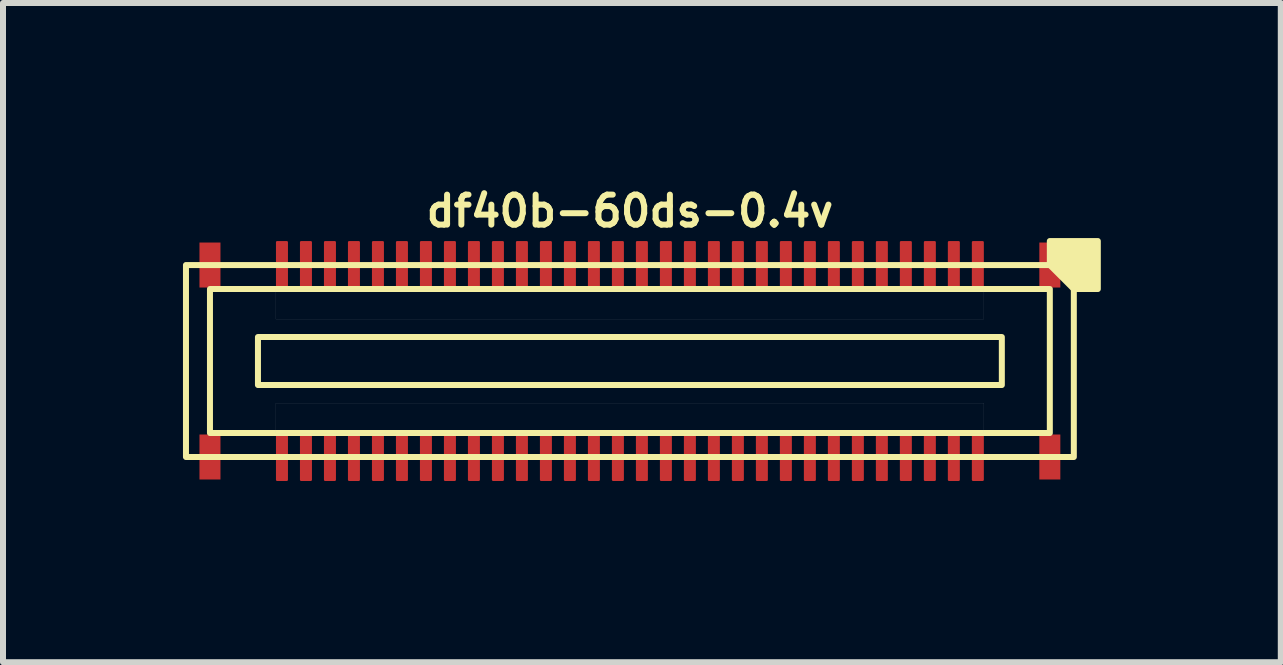
<source format=kicad_pcb>
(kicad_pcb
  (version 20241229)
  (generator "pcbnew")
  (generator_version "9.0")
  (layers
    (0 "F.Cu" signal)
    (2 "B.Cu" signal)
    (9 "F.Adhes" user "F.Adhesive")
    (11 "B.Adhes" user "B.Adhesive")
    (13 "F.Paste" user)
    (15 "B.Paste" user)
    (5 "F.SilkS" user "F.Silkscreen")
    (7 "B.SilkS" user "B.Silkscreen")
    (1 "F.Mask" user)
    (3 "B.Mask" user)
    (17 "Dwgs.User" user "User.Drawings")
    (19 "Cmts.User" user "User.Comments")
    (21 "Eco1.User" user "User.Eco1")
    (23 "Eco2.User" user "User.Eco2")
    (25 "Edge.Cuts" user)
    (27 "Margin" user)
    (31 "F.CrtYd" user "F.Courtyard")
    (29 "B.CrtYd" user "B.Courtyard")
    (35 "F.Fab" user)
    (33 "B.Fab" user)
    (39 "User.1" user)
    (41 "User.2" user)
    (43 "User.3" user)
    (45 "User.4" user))
  (footprint "df40b-60ds-0.4v"
    (layer "F.Cu")
    (at 7.45 2.968)
    (property "Reference" "df40b-60ds-0.4v" (at 0 -2.5 180) (layer "F.SilkS") (effects (font (size 0.5 0.5) (thickness 0.1))))
    (attr smd)
    (fp_rect (start -7.175 -1.975) (end -6.825 -1.225) (stroke (width 0) (type solid)) (fill yes) (layer "F.Cu"))
    (fp_rect (start -7.175 1.225) (end -6.825 1.975) (stroke (width 0) (type solid)) (fill yes) (layer "F.Cu"))
    (fp_rect (start 6.825 -1.975) (end 7.175 -1.225) (stroke (width 0) (type solid)) (fill yes) (layer "F.Cu"))
    (fp_rect (start 6.825 1.225) (end 7.175 1.975) (stroke (width 0) (type solid)) (fill yes) (layer "F.Cu"))
    (fp_rect (start -7.205 -2.005) (end -6.795 -1.195) (stroke (width 0.03) (type solid)) (fill yes) (layer "F.Mask"))
    (fp_rect (start -7.205 1.195) (end -6.795 2.005) (stroke (width 0.03) (type solid)) (fill yes) (layer "F.Mask"))
    (fp_rect (start 6.795 -2.005) (end 7.205 -1.195) (stroke (width 0.03) (type solid)) (fill yes) (layer "F.Mask"))
    (fp_rect (start 6.795 1.195) (end 7.205 2.005) (stroke (width 0.03) (type solid)) (fill yes) (layer "F.Mask"))
    (fp_rect (start -6.2 -0.4) (end 6.2 0.4) (stroke (width 0.1) (type default)) (fill no) (layer "F.SilkS"))
    (fp_rect (start 7 -1.2) (end -7 1.2) (stroke (width 0.1) (type default)) (fill no) (layer "F.SilkS"))
    (fp_rect (start 7.4 -1.6) (end -7.4 1.6) (stroke (width 0.1) (type default)) (fill no) (layer "F.SilkS"))
    (fp_poly (pts (xy 7 -1.6) (xy 7 -2) (xy 7.8 -2) (xy 7.8 -1.2) (xy 7.4 -1.2)) (stroke (width 0.1) (type solid)) (fill yes) (layer "F.SilkS"))
    (fp_rect (start -7.175 -1.975) (end -6.825 -1.225) (stroke (width 0) (type solid)) (fill yes) (layer "F.Paste"))
    (fp_rect (start -7.175 1.225) (end -6.825 1.975) (stroke (width 0) (type solid)) (fill yes) (layer "F.Paste"))
    (fp_rect (start 6.825 -1.975) (end 7.175 -1.225) (stroke (width 0) (type solid)) (fill yes) (layer "F.Paste"))
    (fp_rect (start 6.825 1.225) (end 7.175 1.975) (stroke (width 0) (type solid)) (fill yes) (layer "F.Paste"))
    (fp_poly (pts (xy -5.9 -1.2) (xy 5.9 -1.2) (xy 5.9 -0.7) (xy -5.9 -0.7)) (stroke (width 0.001) (type solid)) (fill no) (layer "Dwgs.User"))
    (fp_poly (pts (xy -5.9 0.7) (xy 5.9 0.7) (xy 5.9 1.2) (xy -5.9 1.2)) (stroke (width 0.001) (type solid)) (fill no) (layer "Dwgs.User"))
    (pad "1" smd roundrect (at 5.8 -1.6) (size 0.2 0.8) (layers "F.Cu" "F.Mask" "F.Paste") (roundrect_rratio 0.1))
    (pad "2" smd roundrect (at 5.8 1.6) (size 0.2 0.8) (layers "F.Cu" "F.Mask" "F.Paste") (roundrect_rratio 0.1))
    (pad "3" smd roundrect (at 5.4 -1.6) (size 0.2 0.8) (layers "F.Cu" "F.Mask" "F.Paste") (roundrect_rratio 0.1))
    (pad "4" smd roundrect (at 5.4 1.6) (size 0.2 0.8) (layers "F.Cu" "F.Mask" "F.Paste") (roundrect_rratio 0.1))
    (pad "5" smd roundrect (at 5 -1.6) (size 0.2 0.8) (layers "F.Cu" "F.Mask" "F.Paste") (roundrect_rratio 0.1))
    (pad "6" smd roundrect (at 5 1.6) (size 0.2 0.8) (layers "F.Cu" "F.Mask" "F.Paste") (roundrect_rratio 0.1))
    (pad "7" smd roundrect (at 4.6 -1.6) (size 0.2 0.8) (layers "F.Cu" "F.Mask" "F.Paste") (roundrect_rratio 0.1))
    (pad "8" smd roundrect (at 4.6 1.6) (size 0.2 0.8) (layers "F.Cu" "F.Mask" "F.Paste") (roundrect_rratio 0.1))
    (pad "9" smd roundrect (at 4.2 -1.6) (size 0.2 0.8) (layers "F.Cu" "F.Mask" "F.Paste") (roundrect_rratio 0.1))
    (pad "10" smd roundrect (at 4.2 1.6) (size 0.2 0.8) (layers "F.Cu" "F.Mask" "F.Paste") (roundrect_rratio 0.1))
    (pad "11" smd roundrect (at 3.8 -1.6) (size 0.2 0.8) (layers "F.Cu" "F.Mask" "F.Paste") (roundrect_rratio 0.1))
    (pad "12" smd roundrect (at 3.8 1.6) (size 0.2 0.8) (layers "F.Cu" "F.Mask" "F.Paste") (roundrect_rratio 0.1))
    (pad "13" smd roundrect (at 3.4 -1.6) (size 0.2 0.8) (layers "F.Cu" "F.Mask" "F.Paste") (roundrect_rratio 0.1))
    (pad "14" smd roundrect (at 3.4 1.6) (size 0.2 0.8) (layers "F.Cu" "F.Mask" "F.Paste") (roundrect_rratio 0.1))
    (pad "15" smd roundrect (at 3 -1.6) (size 0.2 0.8) (layers "F.Cu" "F.Mask" "F.Paste") (roundrect_rratio 0.1))
    (pad "16" smd roundrect (at 3 1.6) (size 0.2 0.8) (layers "F.Cu" "F.Mask" "F.Paste") (roundrect_rratio 0.1))
    (pad "17" smd roundrect (at 2.6 -1.6) (size 0.2 0.8) (layers "F.Cu" "F.Mask" "F.Paste") (roundrect_rratio 0.1))
    (pad "18" smd roundrect (at 2.6 1.6) (size 0.2 0.8) (layers "F.Cu" "F.Mask" "F.Paste") (roundrect_rratio 0.1))
    (pad "19" smd roundrect (at 2.2 -1.6) (size 0.2 0.8) (layers "F.Cu" "F.Mask" "F.Paste") (roundrect_rratio 0.1))
    (pad "20" smd roundrect (at 2.2 1.6) (size 0.2 0.8) (layers "F.Cu" "F.Mask" "F.Paste") (roundrect_rratio 0.1))
    (pad "21" smd roundrect (at 1.8 -1.6) (size 0.2 0.8) (layers "F.Cu" "F.Mask" "F.Paste") (roundrect_rratio 0.1))
    (pad "22" smd roundrect (at 1.8 1.6) (size 0.2 0.8) (layers "F.Cu" "F.Mask" "F.Paste") (roundrect_rratio 0.1))
    (pad "23" smd roundrect (at 1.4 -1.6) (size 0.2 0.8) (layers "F.Cu" "F.Mask" "F.Paste") (roundrect_rratio 0.1))
    (pad "24" smd roundrect (at 1.4 1.6) (size 0.2 0.8) (layers "F.Cu" "F.Mask" "F.Paste") (roundrect_rratio 0.1))
    (pad "25" smd roundrect (at 1 -1.6) (size 0.2 0.8) (layers "F.Cu" "F.Mask" "F.Paste") (roundrect_rratio 0.1))
    (pad "26" smd roundrect (at 1 1.6) (size 0.2 0.8) (layers "F.Cu" "F.Mask" "F.Paste") (roundrect_rratio 0.1))
    (pad "27" smd roundrect (at 0.6 -1.6) (size 0.2 0.8) (layers "F.Cu" "F.Mask" "F.Paste") (roundrect_rratio 0.1))
    (pad "28" smd roundrect (at 0.6 1.6) (size 0.2 0.8) (layers "F.Cu" "F.Mask" "F.Paste") (roundrect_rratio 0.1))
    (pad "29" smd roundrect (at 0.2 -1.6) (size 0.2 0.8) (layers "F.Cu" "F.Mask" "F.Paste") (roundrect_rratio 0.1))
    (pad "30" smd roundrect (at 0.2 1.6) (size 0.2 0.8) (layers "F.Cu" "F.Mask" "F.Paste") (roundrect_rratio 0.1))
    (pad "31" smd roundrect (at -0.2 -1.6) (size 0.2 0.8) (layers "F.Cu" "F.Mask" "F.Paste") (roundrect_rratio 0.1))
    (pad "32" smd roundrect (at -0.2 1.6) (size 0.2 0.8) (layers "F.Cu" "F.Mask" "F.Paste") (roundrect_rratio 0.1))
    (pad "33" smd roundrect (at -0.6 -1.6) (size 0.2 0.8) (layers "F.Cu" "F.Mask" "F.Paste") (roundrect_rratio 0.1))
    (pad "34" smd roundrect (at -0.6 1.6) (size 0.2 0.8) (layers "F.Cu" "F.Mask" "F.Paste") (roundrect_rratio 0.1))
    (pad "35" smd roundrect (at -1 -1.6) (size 0.2 0.8) (layers "F.Cu" "F.Mask" "F.Paste") (roundrect_rratio 0.1))
    (pad "36" smd roundrect (at -1 1.6) (size 0.2 0.8) (layers "F.Cu" "F.Mask" "F.Paste") (roundrect_rratio 0.1))
    (pad "37" smd roundrect (at -1.4 -1.6) (size 0.2 0.8) (layers "F.Cu" "F.Mask" "F.Paste") (roundrect_rratio 0.1))
    (pad "38" smd roundrect (at -1.4 1.6) (size 0.2 0.8) (layers "F.Cu" "F.Mask" "F.Paste") (roundrect_rratio 0.1))
    (pad "39" smd roundrect (at -1.8 -1.6) (size 0.2 0.8) (layers "F.Cu" "F.Mask" "F.Paste") (roundrect_rratio 0.1))
    (pad "40" smd roundrect (at -1.8 1.6) (size 0.2 0.8) (layers "F.Cu" "F.Mask" "F.Paste") (roundrect_rratio 0.1))
    (pad "41" smd roundrect (at -2.2 -1.6) (size 0.2 0.8) (layers "F.Cu" "F.Mask" "F.Paste") (roundrect_rratio 0.1))
    (pad "42" smd roundrect (at -2.2 1.6) (size 0.2 0.8) (layers "F.Cu" "F.Mask" "F.Paste") (roundrect_rratio 0.1))
    (pad "43" smd roundrect (at -2.6 -1.6) (size 0.2 0.8) (layers "F.Cu" "F.Mask" "F.Paste") (roundrect_rratio 0.1))
    (pad "44" smd roundrect (at -2.6 1.6) (size 0.2 0.8) (layers "F.Cu" "F.Mask" "F.Paste") (roundrect_rratio 0.1))
    (pad "45" smd roundrect (at -3 -1.6) (size 0.2 0.8) (layers "F.Cu" "F.Mask" "F.Paste") (roundrect_rratio 0.1))
    (pad "46" smd roundrect (at -3 1.6) (size 0.2 0.8) (layers "F.Cu" "F.Mask" "F.Paste") (roundrect_rratio 0.1))
    (pad "47" smd roundrect (at -3.4 -1.6) (size 0.2 0.8) (layers "F.Cu" "F.Mask" "F.Paste") (roundrect_rratio 0.1))
    (pad "48" smd roundrect (at -3.4 1.6) (size 0.2 0.8) (layers "F.Cu" "F.Mask" "F.Paste") (roundrect_rratio 0.1))
    (pad "49" smd roundrect (at -3.8 -1.6) (size 0.2 0.8) (layers "F.Cu" "F.Mask" "F.Paste") (roundrect_rratio 0.1))
    (pad "50" smd roundrect (at -3.8 1.6) (size 0.2 0.8) (layers "F.Cu" "F.Mask" "F.Paste") (roundrect_rratio 0.1))
    (pad "51" smd roundrect (at -4.2 -1.6) (size 0.2 0.8) (layers "F.Cu" "F.Mask" "F.Paste") (roundrect_rratio 0.1))
    (pad "52" smd roundrect (at -4.2 1.6) (size 0.2 0.8) (layers "F.Cu" "F.Mask" "F.Paste") (roundrect_rratio 0.1))
    (pad "53" smd roundrect (at -4.6 -1.6) (size 0.2 0.8) (layers "F.Cu" "F.Mask" "F.Paste") (roundrect_rratio 0.1))
    (pad "54" smd roundrect (at -4.6 1.6) (size 0.2 0.8) (layers "F.Cu" "F.Mask" "F.Paste") (roundrect_rratio 0.1))
    (pad "55" smd roundrect (at -5 -1.6) (size 0.2 0.8) (layers "F.Cu" "F.Mask" "F.Paste") (roundrect_rratio 0.1))
    (pad "56" smd roundrect (at -5 1.6) (size 0.2 0.8) (layers "F.Cu" "F.Mask" "F.Paste") (roundrect_rratio 0.1))
    (pad "57" smd roundrect (at -5.4 -1.6) (size 0.2 0.8) (layers "F.Cu" "F.Mask" "F.Paste") (roundrect_rratio 0.1))
    (pad "58" smd roundrect (at -5.4 1.6) (size 0.2 0.8) (layers "F.Cu" "F.Mask" "F.Paste") (roundrect_rratio 0.1))
    (pad "59" smd roundrect (at -5.8 -1.6) (size 0.2 0.8) (layers "F.Cu" "F.Mask" "F.Paste") (roundrect_rratio 0.1))
    (pad "60" smd roundrect (at -5.8 1.6) (size 0.2 0.8) (layers "F.Cu" "F.Mask" "F.Paste") (roundrect_rratio 0.1)))
  (gr_rect
    (start -3 -3)
    (end 18.3 7.988)
    (stroke (width 0.1) (type default))
    (fill no)
    (layer "Edge.Cuts")))
</source>
